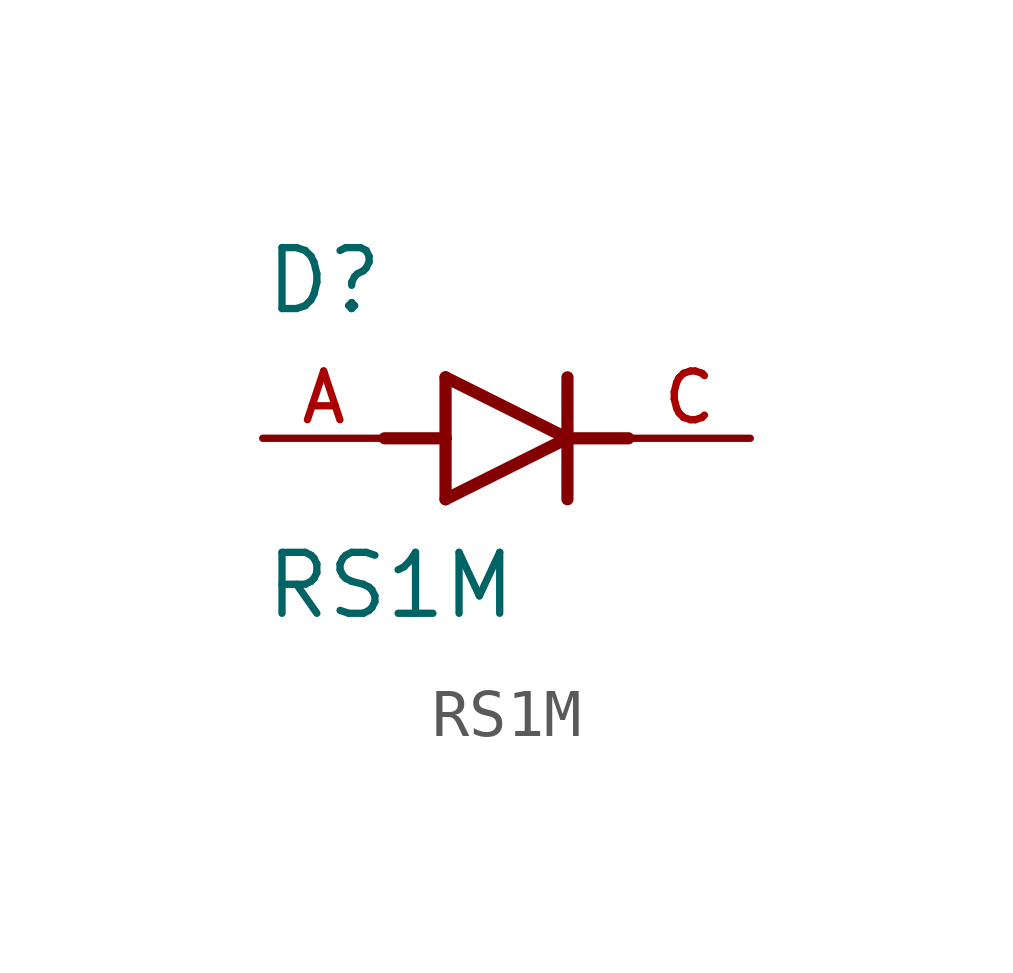
<source format=kicad_sym>
(kicad_symbol_lib
  (version 20211014)
  (generator kicad_symbol_editor)
  (symbol "RS1M"
    (pin_names
      (offset 1.016))
    (property "Reference" "D"
      (at -5.08 2.54 0)
      (effects (font (size 1.27 1.27)) (justify bottom left)))
    (property "Value" "RS1M"
      (at -5.08 -3.81 0)
      (effects (font (size 1.27 1.27)) (justify bottom left)))
    (symbol "RS1M_0_0"
      (polyline (pts (xy -1.27 -1.27) (xy 1.27 0.0)) (stroke (width 0.254)))
      (polyline (pts (xy 1.27 0.0) (xy -1.27 1.27)) (stroke (width 0.254)))
      (polyline (pts (xy 1.27 1.27) (xy 1.27 0.0)) (stroke (width 0.254)))
      (polyline (pts (xy -1.27 1.27) (xy -1.27 0.0)) (stroke (width 0.254)))
      (polyline (pts (xy -1.27 0.0) (xy -1.27 -1.27)) (stroke (width 0.254)))
      (polyline (pts (xy 1.27 0.0) (xy 1.27 -1.27)) (stroke (width 0.254)))
      (polyline (pts (xy -2.54 0.0) (xy -1.27 0.0)) (stroke (width 0.254)))
      (polyline (pts (xy 1.27 0.0) (xy 2.54 0.0)) (stroke (width 0.254)))
      (pin passive line (at 5.08 0.0 180.0) (length 2.54) (name "~" (effects (font (size 1.016 1.016)))) (number "C" (effects (font (size 1.016 1.016)))))
      (pin passive line (at -5.08 0.0 0) (length 2.54) (name "~" (effects (font (size 1.016 1.016)))) (number "A" (effects (font (size 1.016 1.016))))))))
</source>
